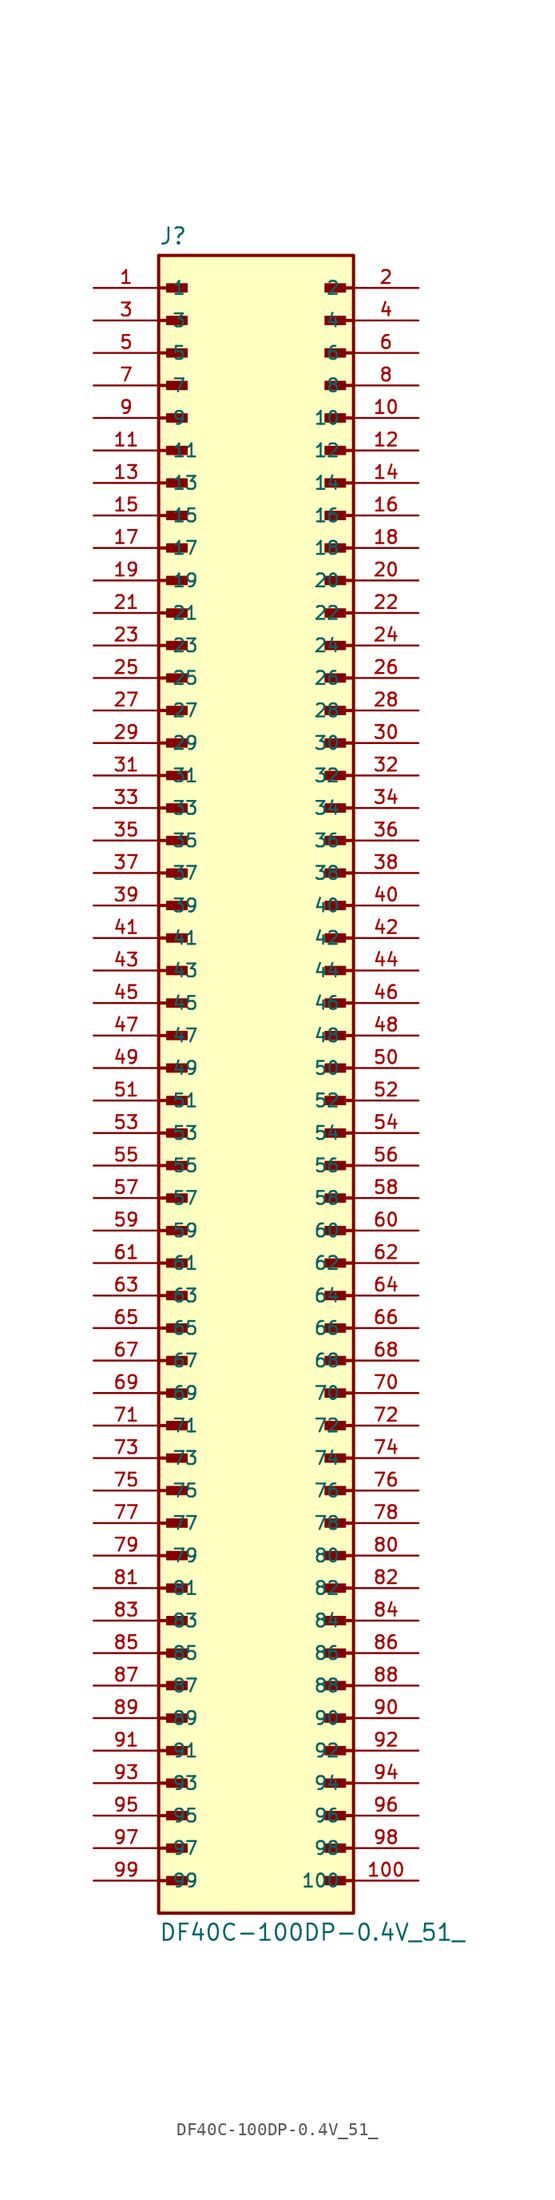
<source format=kicad_sym>
(kicad_symbol_lib
  (version 20231120)
  (generator "kicad_symbol_editor")
  (generator_version "8.0")
  (symbol "DF40C-100DP-0.4V_51_"
    (pin_names
      (offset 1.016))
    (property "Reference" "J"
      (at -7.62 64.262 0)
      (effects (font (size 1.27 1.27)) (justify left bottom)))
    (property "Value" "DF40C-100DP-0.4V_51_"
      (at -7.62 -66.802 0)
      (effects (font (size 1.27 1.27)) (justify left top)))
    (symbol "DF40C-100DP-0.4V_51__0_0"
      (rectangle (start -7.62 63.5) (end 7.62 -66.04) (stroke (width 0.254) (type default)) (fill (type background)))
      (rectangle (start -6.985 -63.818) (end -5.397 -63.182) (stroke (width 0.1) (type default)) (fill (type outline)))
      (rectangle (start -6.985 -61.278) (end -5.397 -60.642) (stroke (width 0.1) (type default)) (fill (type outline)))
      (rectangle (start -6.985 -58.737) (end -5.397 -58.102) (stroke (width 0.1) (type default)) (fill (type outline)))
      (rectangle (start -6.985 -56.197) (end -5.397 -55.562) (stroke (width 0.1) (type default)) (fill (type outline)))
      (rectangle (start -6.985 -53.657) (end -5.397 -53.023) (stroke (width 0.1) (type default)) (fill (type outline)))
      (rectangle (start -6.985 -51.117) (end -5.397 -50.483) (stroke (width 0.1) (type default)) (fill (type outline)))
      (rectangle (start -6.985 -48.578) (end -5.397 -47.943) (stroke (width 0.1) (type default)) (fill (type outline)))
      (rectangle (start -6.985 -46.038) (end -5.397 -45.403) (stroke (width 0.1) (type default)) (fill (type outline)))
      (rectangle (start -6.985 -43.498) (end -5.397 -42.862) (stroke (width 0.1) (type default)) (fill (type outline)))
      (rectangle (start -6.985 -40.958) (end -5.397 -40.322) (stroke (width 0.1) (type default)) (fill (type outline)))
      (rectangle (start -6.985 -38.417) (end -5.397 -37.782) (stroke (width 0.1) (type default)) (fill (type outline)))
      (rectangle (start -6.985 -35.877) (end -5.397 -35.242) (stroke (width 0.1) (type default)) (fill (type outline)))
      (rectangle (start -6.985 -33.337) (end -5.397 -32.703) (stroke (width 0.1) (type default)) (fill (type outline)))
      (rectangle (start -6.985 -30.797) (end -5.397 -30.163) (stroke (width 0.1) (type default)) (fill (type outline)))
      (rectangle (start -6.985 -28.258) (end -5.397 -27.622) (stroke (width 0.1) (type default)) (fill (type outline)))
      (rectangle (start -6.985 -25.718) (end -5.397 -25.082) (stroke (width 0.1) (type default)) (fill (type outline)))
      (rectangle (start -6.985 -23.177) (end -5.397 -22.543) (stroke (width 0.1) (type default)) (fill (type outline)))
      (rectangle (start -6.985 -20.637) (end -5.397 -20.003) (stroke (width 0.1) (type default)) (fill (type outline)))
      (rectangle (start -6.985 -18.098) (end -5.397 -17.462) (stroke (width 0.1) (type default)) (fill (type outline)))
      (rectangle (start -6.985 -15.557) (end -5.397 -14.922) (stroke (width 0.1) (type default)) (fill (type outline)))
      (rectangle (start -6.985 -13.018) (end -5.397 -12.383) (stroke (width 0.1) (type default)) (fill (type outline)))
      (rectangle (start -6.985 -10.477) (end -5.397 -9.842) (stroke (width 0.1) (type default)) (fill (type outline)))
      (rectangle (start -6.985 -7.938) (end -5.397 -7.303) (stroke (width 0.1) (type default)) (fill (type outline)))
      (rectangle (start -6.985 -5.397) (end -5.397 -4.763) (stroke (width 0.1) (type default)) (fill (type outline)))
      (rectangle (start -6.985 -2.857) (end -5.397 -2.223) (stroke (width 0.1) (type default)) (fill (type outline)))
      (rectangle (start -6.985 -0.318) (end -5.397 0.318) (stroke (width 0.1) (type default)) (fill (type outline)))
      (rectangle (start -6.985 2.223) (end -5.397 2.857) (stroke (width 0.1) (type default)) (fill (type outline)))
      (rectangle (start -6.985 4.763) (end -5.397 5.397) (stroke (width 0.1) (type default)) (fill (type outline)))
      (rectangle (start -6.985 7.303) (end -5.397 7.938) (stroke (width 0.1) (type default)) (fill (type outline)))
      (rectangle (start -6.985 9.842) (end -5.397 10.477) (stroke (width 0.1) (type default)) (fill (type outline)))
      (rectangle (start -6.985 12.383) (end -5.397 13.018) (stroke (width 0.1) (type default)) (fill (type outline)))
      (rectangle (start -6.985 14.922) (end -5.397 15.557) (stroke (width 0.1) (type default)) (fill (type outline)))
      (rectangle (start -6.985 17.462) (end -5.397 18.098) (stroke (width 0.1) (type default)) (fill (type outline)))
      (rectangle (start -6.985 20.003) (end -5.397 20.637) (stroke (width 0.1) (type default)) (fill (type outline)))
      (rectangle (start -6.985 22.543) (end -5.397 23.177) (stroke (width 0.1) (type default)) (fill (type outline)))
      (rectangle (start -6.985 25.082) (end -5.397 25.718) (stroke (width 0.1) (type default)) (fill (type outline)))
      (rectangle (start -6.985 27.622) (end -5.397 28.258) (stroke (width 0.1) (type default)) (fill (type outline)))
      (rectangle (start -6.985 30.163) (end -5.397 30.797) (stroke (width 0.1) (type default)) (fill (type outline)))
      (rectangle (start -6.985 32.703) (end -5.397 33.337) (stroke (width 0.1) (type default)) (fill (type outline)))
      (rectangle (start -6.985 35.242) (end -5.397 35.877) (stroke (width 0.1) (type default)) (fill (type outline)))
      (rectangle (start -6.985 37.782) (end -5.397 38.417) (stroke (width 0.1) (type default)) (fill (type outline)))
      (rectangle (start -6.985 40.322) (end -5.397 40.958) (stroke (width 0.1) (type default)) (fill (type outline)))
      (rectangle (start -6.985 42.862) (end -5.397 43.498) (stroke (width 0.1) (type default)) (fill (type outline)))
      (rectangle (start -6.985 45.403) (end -5.397 46.038) (stroke (width 0.1) (type default)) (fill (type outline)))
      (rectangle (start -6.985 47.943) (end -5.397 48.578) (stroke (width 0.1) (type default)) (fill (type outline)))
      (rectangle (start -6.985 50.483) (end -5.397 51.117) (stroke (width 0.1) (type default)) (fill (type outline)))
      (rectangle (start -6.985 53.023) (end -5.397 53.657) (stroke (width 0.1) (type default)) (fill (type outline)))
      (rectangle (start -6.985 55.562) (end -5.397 56.197) (stroke (width 0.1) (type default)) (fill (type outline)))
      (rectangle (start -6.985 58.102) (end -5.397 58.737) (stroke (width 0.1) (type default)) (fill (type outline)))
      (rectangle (start -6.985 60.642) (end -5.397 61.278) (stroke (width 0.1) (type default)) (fill (type outline)))
      (polyline (pts (xy -7.62 -63.5) (xy -5.715 -63.5)) (stroke (width 0.254) (type default)) (fill (type none)))
      (polyline (pts (xy -7.62 -60.96) (xy -5.715 -60.96)) (stroke (width 0.254) (type default)) (fill (type none)))
      (polyline (pts (xy -7.62 -58.42) (xy -5.715 -58.42)) (stroke (width 0.254) (type default)) (fill (type none)))
      (polyline (pts (xy -7.62 -55.88) (xy -5.715 -55.88)) (stroke (width 0.254) (type default)) (fill (type none)))
      (polyline (pts (xy -7.62 -53.34) (xy -5.715 -53.34)) (stroke (width 0.254) (type default)) (fill (type none)))
      (polyline (pts (xy -7.62 -50.8) (xy -5.715 -50.8)) (stroke (width 0.254) (type default)) (fill (type none)))
      (polyline (pts (xy -7.62 -48.26) (xy -5.715 -48.26)) (stroke (width 0.254) (type default)) (fill (type none)))
      (polyline (pts (xy -7.62 -45.72) (xy -5.715 -45.72)) (stroke (width 0.254) (type default)) (fill (type none)))
      (polyline (pts (xy -7.62 -43.18) (xy -5.715 -43.18)) (stroke (width 0.254) (type default)) (fill (type none)))
      (polyline (pts (xy -7.62 -40.64) (xy -5.715 -40.64)) (stroke (width 0.254) (type default)) (fill (type none)))
      (polyline (pts (xy -7.62 -38.1) (xy -5.715 -38.1)) (stroke (width 0.254) (type default)) (fill (type none)))
      (polyline (pts (xy -7.62 -35.56) (xy -5.715 -35.56)) (stroke (width 0.254) (type default)) (fill (type none)))
      (polyline (pts (xy -7.62 -33.02) (xy -5.715 -33.02)) (stroke (width 0.254) (type default)) (fill (type none)))
      (polyline (pts (xy -7.62 -30.48) (xy -5.715 -30.48)) (stroke (width 0.254) (type default)) (fill (type none)))
      (polyline (pts (xy -7.62 -27.94) (xy -5.715 -27.94)) (stroke (width 0.254) (type default)) (fill (type none)))
      (polyline (pts (xy -7.62 -25.4) (xy -5.715 -25.4)) (stroke (width 0.254) (type default)) (fill (type none)))
      (polyline (pts (xy -7.62 -22.86) (xy -5.715 -22.86)) (stroke (width 0.254) (type default)) (fill (type none)))
      (polyline (pts (xy -7.62 -20.32) (xy -5.715 -20.32)) (stroke (width 0.254) (type default)) (fill (type none)))
      (polyline (pts (xy -7.62 -17.78) (xy -5.715 -17.78)) (stroke (width 0.254) (type default)) (fill (type none)))
      (polyline (pts (xy -7.62 -15.24) (xy -5.715 -15.24)) (stroke (width 0.254) (type default)) (fill (type none)))
      (polyline (pts (xy -7.62 -12.7) (xy -5.715 -12.7)) (stroke (width 0.254) (type default)) (fill (type none)))
      (polyline (pts (xy -7.62 -10.16) (xy -5.715 -10.16)) (stroke (width 0.254) (type default)) (fill (type none)))
      (polyline (pts (xy -7.62 -7.62) (xy -5.715 -7.62)) (stroke (width 0.254) (type default)) (fill (type none)))
      (polyline (pts (xy -7.62 -5.08) (xy -5.715 -5.08)) (stroke (width 0.254) (type default)) (fill (type none)))
      (polyline (pts (xy -7.62 -2.54) (xy -5.715 -2.54)) (stroke (width 0.254) (type default)) (fill (type none)))
      (polyline (pts (xy -7.62 0) (xy -5.715 0)) (stroke (width 0.254) (type default)) (fill (type none)))
      (polyline (pts (xy -7.62 2.54) (xy -5.715 2.54)) (stroke (width 0.254) (type default)) (fill (type none)))
      (polyline (pts (xy -7.62 5.08) (xy -5.715 5.08)) (stroke (width 0.254) (type default)) (fill (type none)))
      (polyline (pts (xy -7.62 7.62) (xy -5.715 7.62)) (stroke (width 0.254) (type default)) (fill (type none)))
      (polyline (pts (xy -7.62 10.16) (xy -5.715 10.16)) (stroke (width 0.254) (type default)) (fill (type none)))
      (polyline (pts (xy -7.62 12.7) (xy -5.715 12.7)) (stroke (width 0.254) (type default)) (fill (type none)))
      (polyline (pts (xy -7.62 15.24) (xy -5.715 15.24)) (stroke (width 0.254) (type default)) (fill (type none)))
      (polyline (pts (xy -7.62 17.78) (xy -5.715 17.78)) (stroke (width 0.254) (type default)) (fill (type none)))
      (polyline (pts (xy -7.62 20.32) (xy -5.715 20.32)) (stroke (width 0.254) (type default)) (fill (type none)))
      (polyline (pts (xy -7.62 22.86) (xy -5.715 22.86)) (stroke (width 0.254) (type default)) (fill (type none)))
      (polyline (pts (xy -7.62 25.4) (xy -5.715 25.4)) (stroke (width 0.254) (type default)) (fill (type none)))
      (polyline (pts (xy -7.62 27.94) (xy -5.715 27.94)) (stroke (width 0.254) (type default)) (fill (type none)))
      (polyline (pts (xy -7.62 30.48) (xy -5.715 30.48)) (stroke (width 0.254) (type default)) (fill (type none)))
      (polyline (pts (xy -7.62 33.02) (xy -5.715 33.02)) (stroke (width 0.254) (type default)) (fill (type none)))
      (polyline (pts (xy -7.62 35.56) (xy -5.715 35.56)) (stroke (width 0.254) (type default)) (fill (type none)))
      (polyline (pts (xy -7.62 38.1) (xy -5.715 38.1)) (stroke (width 0.254) (type default)) (fill (type none)))
      (polyline (pts (xy -7.62 40.64) (xy -5.715 40.64)) (stroke (width 0.254) (type default)) (fill (type none)))
      (polyline (pts (xy -7.62 43.18) (xy -5.715 43.18)) (stroke (width 0.254) (type default)) (fill (type none)))
      (polyline (pts (xy -7.62 45.72) (xy -5.715 45.72)) (stroke (width 0.254) (type default)) (fill (type none)))
      (polyline (pts (xy -7.62 48.26) (xy -5.715 48.26)) (stroke (width 0.254) (type default)) (fill (type none)))
      (polyline (pts (xy -7.62 50.8) (xy -5.715 50.8)) (stroke (width 0.254) (type default)) (fill (type none)))
      (polyline (pts (xy -7.62 53.34) (xy -5.715 53.34)) (stroke (width 0.254) (type default)) (fill (type none)))
      (polyline (pts (xy -7.62 55.88) (xy -5.715 55.88)) (stroke (width 0.254) (type default)) (fill (type none)))
      (polyline (pts (xy -7.62 58.42) (xy -5.715 58.42)) (stroke (width 0.254) (type default)) (fill (type none)))
      (polyline (pts (xy -7.62 60.96) (xy -5.715 60.96)) (stroke (width 0.254) (type default)) (fill (type none)))
      (polyline (pts (xy 7.62 -63.5) (xy 5.715 -63.5)) (stroke (width 0.254) (type default)) (fill (type none)))
      (polyline (pts (xy 7.62 -60.96) (xy 5.715 -60.96)) (stroke (width 0.254) (type default)) (fill (type none)))
      (polyline (pts (xy 7.62 -58.42) (xy 5.715 -58.42)) (stroke (width 0.254) (type default)) (fill (type none)))
      (polyline (pts (xy 7.62 -55.88) (xy 5.715 -55.88)) (stroke (width 0.254) (type default)) (fill (type none)))
      (polyline (pts (xy 7.62 -53.34) (xy 5.715 -53.34)) (stroke (width 0.254) (type default)) (fill (type none)))
      (polyline (pts (xy 7.62 -50.8) (xy 5.715 -50.8)) (stroke (width 0.254) (type default)) (fill (type none)))
      (polyline (pts (xy 7.62 -48.26) (xy 5.715 -48.26)) (stroke (width 0.254) (type default)) (fill (type none)))
      (polyline (pts (xy 7.62 -45.72) (xy 5.715 -45.72)) (stroke (width 0.254) (type default)) (fill (type none)))
      (polyline (pts (xy 7.62 -43.18) (xy 5.715 -43.18)) (stroke (width 0.254) (type default)) (fill (type none)))
      (polyline (pts (xy 7.62 -40.64) (xy 5.715 -40.64)) (stroke (width 0.254) (type default)) (fill (type none)))
      (polyline (pts (xy 7.62 -38.1) (xy 5.715 -38.1)) (stroke (width 0.254) (type default)) (fill (type none)))
      (polyline (pts (xy 7.62 -35.56) (xy 5.715 -35.56)) (stroke (width 0.254) (type default)) (fill (type none)))
      (polyline (pts (xy 7.62 -33.02) (xy 5.715 -33.02)) (stroke (width 0.254) (type default)) (fill (type none)))
      (polyline (pts (xy 7.62 -30.48) (xy 5.715 -30.48)) (stroke (width 0.254) (type default)) (fill (type none)))
      (polyline (pts (xy 7.62 -27.94) (xy 5.715 -27.94)) (stroke (width 0.254) (type default)) (fill (type none)))
      (polyline (pts (xy 7.62 -25.4) (xy 5.715 -25.4)) (stroke (width 0.254) (type default)) (fill (type none)))
      (polyline (pts (xy 7.62 -22.86) (xy 5.715 -22.86)) (stroke (width 0.254) (type default)) (fill (type none)))
      (polyline (pts (xy 7.62 -20.32) (xy 5.715 -20.32)) (stroke (width 0.254) (type default)) (fill (type none)))
      (polyline (pts (xy 7.62 -17.78) (xy 5.715 -17.78)) (stroke (width 0.254) (type default)) (fill (type none)))
      (polyline (pts (xy 7.62 -15.24) (xy 5.715 -15.24)) (stroke (width 0.254) (type default)) (fill (type none)))
      (polyline (pts (xy 7.62 -12.7) (xy 5.715 -12.7)) (stroke (width 0.254) (type default)) (fill (type none)))
      (polyline (pts (xy 7.62 -10.16) (xy 5.715 -10.16)) (stroke (width 0.254) (type default)) (fill (type none)))
      (polyline (pts (xy 7.62 -7.62) (xy 5.715 -7.62)) (stroke (width 0.254) (type default)) (fill (type none)))
      (polyline (pts (xy 7.62 -5.08) (xy 5.715 -5.08)) (stroke (width 0.254) (type default)) (fill (type none)))
      (polyline (pts (xy 7.62 -2.54) (xy 5.715 -2.54)) (stroke (width 0.254) (type default)) (fill (type none)))
      (polyline (pts (xy 7.62 0) (xy 5.715 0)) (stroke (width 0.254) (type default)) (fill (type none)))
      (polyline (pts (xy 7.62 2.54) (xy 5.715 2.54)) (stroke (width 0.254) (type default)) (fill (type none)))
      (polyline (pts (xy 7.62 5.08) (xy 5.715 5.08)) (stroke (width 0.254) (type default)) (fill (type none)))
      (polyline (pts (xy 7.62 7.62) (xy 5.715 7.62)) (stroke (width 0.254) (type default)) (fill (type none)))
      (polyline (pts (xy 7.62 10.16) (xy 5.715 10.16)) (stroke (width 0.254) (type default)) (fill (type none)))
      (polyline (pts (xy 7.62 12.7) (xy 5.715 12.7)) (stroke (width 0.254) (type default)) (fill (type none)))
      (polyline (pts (xy 7.62 15.24) (xy 5.715 15.24)) (stroke (width 0.254) (type default)) (fill (type none)))
      (polyline (pts (xy 7.62 17.78) (xy 5.715 17.78)) (stroke (width 0.254) (type default)) (fill (type none)))
      (polyline (pts (xy 7.62 20.32) (xy 5.715 20.32)) (stroke (width 0.254) (type default)) (fill (type none)))
      (polyline (pts (xy 7.62 22.86) (xy 5.715 22.86)) (stroke (width 0.254) (type default)) (fill (type none)))
      (polyline (pts (xy 7.62 25.4) (xy 5.715 25.4)) (stroke (width 0.254) (type default)) (fill (type none)))
      (polyline (pts (xy 7.62 27.94) (xy 5.715 27.94)) (stroke (width 0.254) (type default)) (fill (type none)))
      (polyline (pts (xy 7.62 30.48) (xy 5.715 30.48)) (stroke (width 0.254) (type default)) (fill (type none)))
      (polyline (pts (xy 7.62 33.02) (xy 5.715 33.02)) (stroke (width 0.254) (type default)) (fill (type none)))
      (polyline (pts (xy 7.62 35.56) (xy 5.715 35.56)) (stroke (width 0.254) (type default)) (fill (type none)))
      (polyline (pts (xy 7.62 38.1) (xy 5.715 38.1)) (stroke (width 0.254) (type default)) (fill (type none)))
      (polyline (pts (xy 7.62 40.64) (xy 5.715 40.64)) (stroke (width 0.254) (type default)) (fill (type none)))
      (polyline (pts (xy 7.62 43.18) (xy 5.715 43.18)) (stroke (width 0.254) (type default)) (fill (type none)))
      (polyline (pts (xy 7.62 45.72) (xy 5.715 45.72)) (stroke (width 0.254) (type default)) (fill (type none)))
      (polyline (pts (xy 7.62 48.26) (xy 5.715 48.26)) (stroke (width 0.254) (type default)) (fill (type none)))
      (polyline (pts (xy 7.62 50.8) (xy 5.715 50.8)) (stroke (width 0.254) (type default)) (fill (type none)))
      (polyline (pts (xy 7.62 53.34) (xy 5.715 53.34)) (stroke (width 0.254) (type default)) (fill (type none)))
      (polyline (pts (xy 7.62 55.88) (xy 5.715 55.88)) (stroke (width 0.254) (type default)) (fill (type none)))
      (polyline (pts (xy 7.62 58.42) (xy 5.715 58.42)) (stroke (width 0.254) (type default)) (fill (type none)))
      (polyline (pts (xy 7.62 60.96) (xy 5.715 60.96)) (stroke (width 0.254) (type default)) (fill (type none)))
      (rectangle (start 5.397 -63.818) (end 6.985 -63.182) (stroke (width 0.1) (type default)) (fill (type outline)))
      (rectangle (start 5.397 -61.278) (end 6.985 -60.642) (stroke (width 0.1) (type default)) (fill (type outline)))
      (rectangle (start 5.397 -58.737) (end 6.985 -58.102) (stroke (width 0.1) (type default)) (fill (type outline)))
      (rectangle (start 5.397 -56.197) (end 6.985 -55.562) (stroke (width 0.1) (type default)) (fill (type outline)))
      (rectangle (start 5.397 -53.657) (end 6.985 -53.023) (stroke (width 0.1) (type default)) (fill (type outline)))
      (rectangle (start 5.397 -51.117) (end 6.985 -50.483) (stroke (width 0.1) (type default)) (fill (type outline)))
      (rectangle (start 5.397 -48.578) (end 6.985 -47.943) (stroke (width 0.1) (type default)) (fill (type outline)))
      (rectangle (start 5.397 -46.038) (end 6.985 -45.403) (stroke (width 0.1) (type default)) (fill (type outline)))
      (rectangle (start 5.397 -43.498) (end 6.985 -42.862) (stroke (width 0.1) (type default)) (fill (type outline)))
      (rectangle (start 5.397 -40.958) (end 6.985 -40.322) (stroke (width 0.1) (type default)) (fill (type outline)))
      (rectangle (start 5.397 -38.417) (end 6.985 -37.782) (stroke (width 0.1) (type default)) (fill (type outline)))
      (rectangle (start 5.397 -35.877) (end 6.985 -35.242) (stroke (width 0.1) (type default)) (fill (type outline)))
      (rectangle (start 5.397 -33.337) (end 6.985 -32.703) (stroke (width 0.1) (type default)) (fill (type outline)))
      (rectangle (start 5.397 -30.797) (end 6.985 -30.163) (stroke (width 0.1) (type default)) (fill (type outline)))
      (rectangle (start 5.397 -28.258) (end 6.985 -27.622) (stroke (width 0.1) (type default)) (fill (type outline)))
      (rectangle (start 5.397 -25.718) (end 6.985 -25.082) (stroke (width 0.1) (type default)) (fill (type outline)))
      (rectangle (start 5.397 -23.177) (end 6.985 -22.543) (stroke (width 0.1) (type default)) (fill (type outline)))
      (rectangle (start 5.397 -20.637) (end 6.985 -20.003) (stroke (width 0.1) (type default)) (fill (type outline)))
      (rectangle (start 5.397 -18.098) (end 6.985 -17.462) (stroke (width 0.1) (type default)) (fill (type outline)))
      (rectangle (start 5.397 -15.557) (end 6.985 -14.922) (stroke (width 0.1) (type default)) (fill (type outline)))
      (rectangle (start 5.397 -13.018) (end 6.985 -12.383) (stroke (width 0.1) (type default)) (fill (type outline)))
      (rectangle (start 5.397 -10.477) (end 6.985 -9.842) (stroke (width 0.1) (type default)) (fill (type outline)))
      (rectangle (start 5.397 -7.938) (end 6.985 -7.303) (stroke (width 0.1) (type default)) (fill (type outline)))
      (rectangle (start 5.397 -5.397) (end 6.985 -4.763) (stroke (width 0.1) (type default)) (fill (type outline)))
      (rectangle (start 5.397 -2.857) (end 6.985 -2.223) (stroke (width 0.1) (type default)) (fill (type outline)))
      (rectangle (start 5.397 -0.318) (end 6.985 0.318) (stroke (width 0.1) (type default)) (fill (type outline)))
      (rectangle (start 5.397 2.223) (end 6.985 2.857) (stroke (width 0.1) (type default)) (fill (type outline)))
      (rectangle (start 5.397 4.763) (end 6.985 5.397) (stroke (width 0.1) (type default)) (fill (type outline)))
      (rectangle (start 5.397 7.303) (end 6.985 7.938) (stroke (width 0.1) (type default)) (fill (type outline)))
      (rectangle (start 5.397 9.842) (end 6.985 10.477) (stroke (width 0.1) (type default)) (fill (type outline)))
      (rectangle (start 5.397 12.383) (end 6.985 13.018) (stroke (width 0.1) (type default)) (fill (type outline)))
      (rectangle (start 5.397 14.922) (end 6.985 15.557) (stroke (width 0.1) (type default)) (fill (type outline)))
      (rectangle (start 5.397 17.462) (end 6.985 18.098) (stroke (width 0.1) (type default)) (fill (type outline)))
      (rectangle (start 5.397 20.003) (end 6.985 20.637) (stroke (width 0.1) (type default)) (fill (type outline)))
      (rectangle (start 5.397 22.543) (end 6.985 23.177) (stroke (width 0.1) (type default)) (fill (type outline)))
      (rectangle (start 5.397 25.082) (end 6.985 25.718) (stroke (width 0.1) (type default)) (fill (type outline)))
      (rectangle (start 5.397 27.622) (end 6.985 28.258) (stroke (width 0.1) (type default)) (fill (type outline)))
      (rectangle (start 5.397 30.163) (end 6.985 30.797) (stroke (width 0.1) (type default)) (fill (type outline)))
      (rectangle (start 5.397 32.703) (end 6.985 33.337) (stroke (width 0.1) (type default)) (fill (type outline)))
      (rectangle (start 5.397 35.242) (end 6.985 35.877) (stroke (width 0.1) (type default)) (fill (type outline)))
      (rectangle (start 5.397 37.782) (end 6.985 38.417) (stroke (width 0.1) (type default)) (fill (type outline)))
      (rectangle (start 5.397 40.322) (end 6.985 40.958) (stroke (width 0.1) (type default)) (fill (type outline)))
      (rectangle (start 5.397 42.862) (end 6.985 43.498) (stroke (width 0.1) (type default)) (fill (type outline)))
      (rectangle (start 5.397 45.403) (end 6.985 46.038) (stroke (width 0.1) (type default)) (fill (type outline)))
      (rectangle (start 5.397 47.943) (end 6.985 48.578) (stroke (width 0.1) (type default)) (fill (type outline)))
      (rectangle (start 5.397 50.483) (end 6.985 51.117) (stroke (width 0.1) (type default)) (fill (type outline)))
      (rectangle (start 5.397 53.023) (end 6.985 53.657) (stroke (width 0.1) (type default)) (fill (type outline)))
      (rectangle (start 5.397 55.562) (end 6.985 56.197) (stroke (width 0.1) (type default)) (fill (type outline)))
      (rectangle (start 5.397 58.102) (end 6.985 58.737) (stroke (width 0.1) (type default)) (fill (type outline)))
      (rectangle (start 5.397 60.642) (end 6.985 61.278) (stroke (width 0.1) (type default)) (fill (type outline)))
      (pin passive line (at -12.7 60.96 0) (length 5.08) (name "1" (effects (font (size 1.016 1.016)))) (number "1" (effects (font (size 1.016 1.016)))))
      (pin passive line (at 12.7 50.8 180) (length 5.08) (name "10" (effects (font (size 1.016 1.016)))) (number "10" (effects (font (size 1.016 1.016)))))
      (pin passive line (at 12.7 -63.5 180) (length 5.08) (name "100" (effects (font (size 1.016 1.016)))) (number "100" (effects (font (size 1.016 1.016)))))
      (pin passive line (at -12.7 48.26 0) (length 5.08) (name "11" (effects (font (size 1.016 1.016)))) (number "11" (effects (font (size 1.016 1.016)))))
      (pin passive line (at 12.7 48.26 180) (length 5.08) (name "12" (effects (font (size 1.016 1.016)))) (number "12" (effects (font (size 1.016 1.016)))))
      (pin passive line (at -12.7 45.72 0) (length 5.08) (name "13" (effects (font (size 1.016 1.016)))) (number "13" (effects (font (size 1.016 1.016)))))
      (pin passive line (at 12.7 45.72 180) (length 5.08) (name "14" (effects (font (size 1.016 1.016)))) (number "14" (effects (font (size 1.016 1.016)))))
      (pin passive line (at -12.7 43.18 0) (length 5.08) (name "15" (effects (font (size 1.016 1.016)))) (number "15" (effects (font (size 1.016 1.016)))))
      (pin passive line (at 12.7 43.18 180) (length 5.08) (name "16" (effects (font (size 1.016 1.016)))) (number "16" (effects (font (size 1.016 1.016)))))
      (pin passive line (at -12.7 40.64 0) (length 5.08) (name "17" (effects (font (size 1.016 1.016)))) (number "17" (effects (font (size 1.016 1.016)))))
      (pin passive line (at 12.7 40.64 180) (length 5.08) (name "18" (effects (font (size 1.016 1.016)))) (number "18" (effects (font (size 1.016 1.016)))))
      (pin passive line (at -12.7 38.1 0) (length 5.08) (name "19" (effects (font (size 1.016 1.016)))) (number "19" (effects (font (size 1.016 1.016)))))
      (pin passive line (at 12.7 60.96 180) (length 5.08) (name "2" (effects (font (size 1.016 1.016)))) (number "2" (effects (font (size 1.016 1.016)))))
      (pin passive line (at 12.7 38.1 180) (length 5.08) (name "20" (effects (font (size 1.016 1.016)))) (number "20" (effects (font (size 1.016 1.016)))))
      (pin passive line (at -12.7 35.56 0) (length 5.08) (name "21" (effects (font (size 1.016 1.016)))) (number "21" (effects (font (size 1.016 1.016)))))
      (pin passive line (at 12.7 35.56 180) (length 5.08) (name "22" (effects (font (size 1.016 1.016)))) (number "22" (effects (font (size 1.016 1.016)))))
      (pin passive line (at -12.7 33.02 0) (length 5.08) (name "23" (effects (font (size 1.016 1.016)))) (number "23" (effects (font (size 1.016 1.016)))))
      (pin passive line (at 12.7 33.02 180) (length 5.08) (name "24" (effects (font (size 1.016 1.016)))) (number "24" (effects (font (size 1.016 1.016)))))
      (pin passive line (at -12.7 30.48 0) (length 5.08) (name "25" (effects (font (size 1.016 1.016)))) (number "25" (effects (font (size 1.016 1.016)))))
      (pin passive line (at 12.7 30.48 180) (length 5.08) (name "26" (effects (font (size 1.016 1.016)))) (number "26" (effects (font (size 1.016 1.016)))))
      (pin passive line (at -12.7 27.94 0) (length 5.08) (name "27" (effects (font (size 1.016 1.016)))) (number "27" (effects (font (size 1.016 1.016)))))
      (pin passive line (at 12.7 27.94 180) (length 5.08) (name "28" (effects (font (size 1.016 1.016)))) (number "28" (effects (font (size 1.016 1.016)))))
      (pin passive line (at -12.7 25.4 0) (length 5.08) (name "29" (effects (font (size 1.016 1.016)))) (number "29" (effects (font (size 1.016 1.016)))))
      (pin passive line (at -12.7 58.42 0) (length 5.08) (name "3" (effects (font (size 1.016 1.016)))) (number "3" (effects (font (size 1.016 1.016)))))
      (pin passive line (at 12.7 25.4 180) (length 5.08) (name "30" (effects (font (size 1.016 1.016)))) (number "30" (effects (font (size 1.016 1.016)))))
      (pin passive line (at -12.7 22.86 0) (length 5.08) (name "31" (effects (font (size 1.016 1.016)))) (number "31" (effects (font (size 1.016 1.016)))))
      (pin passive line (at 12.7 22.86 180) (length 5.08) (name "32" (effects (font (size 1.016 1.016)))) (number "32" (effects (font (size 1.016 1.016)))))
      (pin passive line (at -12.7 20.32 0) (length 5.08) (name "33" (effects (font (size 1.016 1.016)))) (number "33" (effects (font (size 1.016 1.016)))))
      (pin passive line (at 12.7 20.32 180) (length 5.08) (name "34" (effects (font (size 1.016 1.016)))) (number "34" (effects (font (size 1.016 1.016)))))
      (pin passive line (at -12.7 17.78 0) (length 5.08) (name "35" (effects (font (size 1.016 1.016)))) (number "35" (effects (font (size 1.016 1.016)))))
      (pin passive line (at 12.7 17.78 180) (length 5.08) (name "36" (effects (font (size 1.016 1.016)))) (number "36" (effects (font (size 1.016 1.016)))))
      (pin passive line (at -12.7 15.24 0) (length 5.08) (name "37" (effects (font (size 1.016 1.016)))) (number "37" (effects (font (size 1.016 1.016)))))
      (pin passive line (at 12.7 15.24 180) (length 5.08) (name "38" (effects (font (size 1.016 1.016)))) (number "38" (effects (font (size 1.016 1.016)))))
      (pin passive line (at -12.7 12.7 0) (length 5.08) (name "39" (effects (font (size 1.016 1.016)))) (number "39" (effects (font (size 1.016 1.016)))))
      (pin passive line (at 12.7 58.42 180) (length 5.08) (name "4" (effects (font (size 1.016 1.016)))) (number "4" (effects (font (size 1.016 1.016)))))
      (pin passive line (at 12.7 12.7 180) (length 5.08) (name "40" (effects (font (size 1.016 1.016)))) (number "40" (effects (font (size 1.016 1.016)))))
      (pin passive line (at -12.7 10.16 0) (length 5.08) (name "41" (effects (font (size 1.016 1.016)))) (number "41" (effects (font (size 1.016 1.016)))))
      (pin passive line (at 12.7 10.16 180) (length 5.08) (name "42" (effects (font (size 1.016 1.016)))) (number "42" (effects (font (size 1.016 1.016)))))
      (pin passive line (at -12.7 7.62 0) (length 5.08) (name "43" (effects (font (size 1.016 1.016)))) (number "43" (effects (font (size 1.016 1.016)))))
      (pin passive line (at 12.7 7.62 180) (length 5.08) (name "44" (effects (font (size 1.016 1.016)))) (number "44" (effects (font (size 1.016 1.016)))))
      (pin passive line (at -12.7 5.08 0) (length 5.08) (name "45" (effects (font (size 1.016 1.016)))) (number "45" (effects (font (size 1.016 1.016)))))
      (pin passive line (at 12.7 5.08 180) (length 5.08) (name "46" (effects (font (size 1.016 1.016)))) (number "46" (effects (font (size 1.016 1.016)))))
      (pin passive line (at -12.7 2.54 0) (length 5.08) (name "47" (effects (font (size 1.016 1.016)))) (number "47" (effects (font (size 1.016 1.016)))))
      (pin passive line (at 12.7 2.54 180) (length 5.08) (name "48" (effects (font (size 1.016 1.016)))) (number "48" (effects (font (size 1.016 1.016)))))
      (pin passive line (at -12.7 0 0) (length 5.08) (name "49" (effects (font (size 1.016 1.016)))) (number "49" (effects (font (size 1.016 1.016)))))
      (pin passive line (at -12.7 55.88 0) (length 5.08) (name "5" (effects (font (size 1.016 1.016)))) (number "5" (effects (font (size 1.016 1.016)))))
      (pin passive line (at 12.7 0 180) (length 5.08) (name "50" (effects (font (size 1.016 1.016)))) (number "50" (effects (font (size 1.016 1.016)))))
      (pin passive line (at -12.7 -2.54 0) (length 5.08) (name "51" (effects (font (size 1.016 1.016)))) (number "51" (effects (font (size 1.016 1.016)))))
      (pin passive line (at 12.7 -2.54 180) (length 5.08) (name "52" (effects (font (size 1.016 1.016)))) (number "52" (effects (font (size 1.016 1.016)))))
      (pin passive line (at -12.7 -5.08 0) (length 5.08) (name "53" (effects (font (size 1.016 1.016)))) (number "53" (effects (font (size 1.016 1.016)))))
      (pin passive line (at 12.7 -5.08 180) (length 5.08) (name "54" (effects (font (size 1.016 1.016)))) (number "54" (effects (font (size 1.016 1.016)))))
      (pin passive line (at -12.7 -7.62 0) (length 5.08) (name "55" (effects (font (size 1.016 1.016)))) (number "55" (effects (font (size 1.016 1.016)))))
      (pin passive line (at 12.7 -7.62 180) (length 5.08) (name "56" (effects (font (size 1.016 1.016)))) (number "56" (effects (font (size 1.016 1.016)))))
      (pin passive line (at -12.7 -10.16 0) (length 5.08) (name "57" (effects (font (size 1.016 1.016)))) (number "57" (effects (font (size 1.016 1.016)))))
      (pin passive line (at 12.7 -10.16 180) (length 5.08) (name "58" (effects (font (size 1.016 1.016)))) (number "58" (effects (font (size 1.016 1.016)))))
      (pin passive line (at -12.7 -12.7 0) (length 5.08) (name "59" (effects (font (size 1.016 1.016)))) (number "59" (effects (font (size 1.016 1.016)))))
      (pin passive line (at 12.7 55.88 180) (length 5.08) (name "6" (effects (font (size 1.016 1.016)))) (number "6" (effects (font (size 1.016 1.016)))))
      (pin passive line (at 12.7 -12.7 180) (length 5.08) (name "60" (effects (font (size 1.016 1.016)))) (number "60" (effects (font (size 1.016 1.016)))))
      (pin passive line (at -12.7 -15.24 0) (length 5.08) (name "61" (effects (font (size 1.016 1.016)))) (number "61" (effects (font (size 1.016 1.016)))))
      (pin passive line (at 12.7 -15.24 180) (length 5.08) (name "62" (effects (font (size 1.016 1.016)))) (number "62" (effects (font (size 1.016 1.016)))))
      (pin passive line (at -12.7 -17.78 0) (length 5.08) (name "63" (effects (font (size 1.016 1.016)))) (number "63" (effects (font (size 1.016 1.016)))))
      (pin passive line (at 12.7 -17.78 180) (length 5.08) (name "64" (effects (font (size 1.016 1.016)))) (number "64" (effects (font (size 1.016 1.016)))))
      (pin passive line (at -12.7 -20.32 0) (length 5.08) (name "65" (effects (font (size 1.016 1.016)))) (number "65" (effects (font (size 1.016 1.016)))))
      (pin passive line (at 12.7 -20.32 180) (length 5.08) (name "66" (effects (font (size 1.016 1.016)))) (number "66" (effects (font (size 1.016 1.016)))))
      (pin passive line (at -12.7 -22.86 0) (length 5.08) (name "67" (effects (font (size 1.016 1.016)))) (number "67" (effects (font (size 1.016 1.016)))))
      (pin passive line (at 12.7 -22.86 180) (length 5.08) (name "68" (effects (font (size 1.016 1.016)))) (number "68" (effects (font (size 1.016 1.016)))))
      (pin passive line (at -12.7 -25.4 0) (length 5.08) (name "69" (effects (font (size 1.016 1.016)))) (number "69" (effects (font (size 1.016 1.016)))))
      (pin passive line (at -12.7 53.34 0) (length 5.08) (name "7" (effects (font (size 1.016 1.016)))) (number "7" (effects (font (size 1.016 1.016)))))
      (pin passive line (at 12.7 -25.4 180) (length 5.08) (name "70" (effects (font (size 1.016 1.016)))) (number "70" (effects (font (size 1.016 1.016)))))
      (pin passive line (at -12.7 -27.94 0) (length 5.08) (name "71" (effects (font (size 1.016 1.016)))) (number "71" (effects (font (size 1.016 1.016)))))
      (pin passive line (at 12.7 -27.94 180) (length 5.08) (name "72" (effects (font (size 1.016 1.016)))) (number "72" (effects (font (size 1.016 1.016)))))
      (pin passive line (at -12.7 -30.48 0) (length 5.08) (name "73" (effects (font (size 1.016 1.016)))) (number "73" (effects (font (size 1.016 1.016)))))
      (pin passive line (at 12.7 -30.48 180) (length 5.08) (name "74" (effects (font (size 1.016 1.016)))) (number "74" (effects (font (size 1.016 1.016)))))
      (pin passive line (at -12.7 -33.02 0) (length 5.08) (name "75" (effects (font (size 1.016 1.016)))) (number "75" (effects (font (size 1.016 1.016)))))
      (pin passive line (at 12.7 -33.02 180) (length 5.08) (name "76" (effects (font (size 1.016 1.016)))) (number "76" (effects (font (size 1.016 1.016)))))
      (pin passive line (at -12.7 -35.56 0) (length 5.08) (name "77" (effects (font (size 1.016 1.016)))) (number "77" (effects (font (size 1.016 1.016)))))
      (pin passive line (at 12.7 -35.56 180) (length 5.08) (name "78" (effects (font (size 1.016 1.016)))) (number "78" (effects (font (size 1.016 1.016)))))
      (pin passive line (at -12.7 -38.1 0) (length 5.08) (name "79" (effects (font (size 1.016 1.016)))) (number "79" (effects (font (size 1.016 1.016)))))
      (pin passive line (at 12.7 53.34 180) (length 5.08) (name "8" (effects (font (size 1.016 1.016)))) (number "8" (effects (font (size 1.016 1.016)))))
      (pin passive line (at 12.7 -38.1 180) (length 5.08) (name "80" (effects (font (size 1.016 1.016)))) (number "80" (effects (font (size 1.016 1.016)))))
      (pin passive line (at -12.7 -40.64 0) (length 5.08) (name "81" (effects (font (size 1.016 1.016)))) (number "81" (effects (font (size 1.016 1.016)))))
      (pin passive line (at 12.7 -40.64 180) (length 5.08) (name "82" (effects (font (size 1.016 1.016)))) (number "82" (effects (font (size 1.016 1.016)))))
      (pin passive line (at -12.7 -43.18 0) (length 5.08) (name "83" (effects (font (size 1.016 1.016)))) (number "83" (effects (font (size 1.016 1.016)))))
      (pin passive line (at 12.7 -43.18 180) (length 5.08) (name "84" (effects (font (size 1.016 1.016)))) (number "84" (effects (font (size 1.016 1.016)))))
      (pin passive line (at -12.7 -45.72 0) (length 5.08) (name "85" (effects (font (size 1.016 1.016)))) (number "85" (effects (font (size 1.016 1.016)))))
      (pin passive line (at 12.7 -45.72 180) (length 5.08) (name "86" (effects (font (size 1.016 1.016)))) (number "86" (effects (font (size 1.016 1.016)))))
      (pin passive line (at -12.7 -48.26 0) (length 5.08) (name "87" (effects (font (size 1.016 1.016)))) (number "87" (effects (font (size 1.016 1.016)))))
      (pin passive line (at 12.7 -48.26 180) (length 5.08) (name "88" (effects (font (size 1.016 1.016)))) (number "88" (effects (font (size 1.016 1.016)))))
      (pin passive line (at -12.7 -50.8 0) (length 5.08) (name "89" (effects (font (size 1.016 1.016)))) (number "89" (effects (font (size 1.016 1.016)))))
      (pin passive line (at -12.7 50.8 0) (length 5.08) (name "9" (effects (font (size 1.016 1.016)))) (number "9" (effects (font (size 1.016 1.016)))))
      (pin passive line (at 12.7 -50.8 180) (length 5.08) (name "90" (effects (font (size 1.016 1.016)))) (number "90" (effects (font (size 1.016 1.016)))))
      (pin passive line (at -12.7 -53.34 0) (length 5.08) (name "91" (effects (font (size 1.016 1.016)))) (number "91" (effects (font (size 1.016 1.016)))))
      (pin passive line (at 12.7 -53.34 180) (length 5.08) (name "92" (effects (font (size 1.016 1.016)))) (number "92" (effects (font (size 1.016 1.016)))))
      (pin passive line (at -12.7 -55.88 0) (length 5.08) (name "93" (effects (font (size 1.016 1.016)))) (number "93" (effects (font (size 1.016 1.016)))))
      (pin passive line (at 12.7 -55.88 180) (length 5.08) (name "94" (effects (font (size 1.016 1.016)))) (number "94" (effects (font (size 1.016 1.016)))))
      (pin passive line (at -12.7 -58.42 0) (length 5.08) (name "95" (effects (font (size 1.016 1.016)))) (number "95" (effects (font (size 1.016 1.016)))))
      (pin passive line (at 12.7 -58.42 180) (length 5.08) (name "96" (effects (font (size 1.016 1.016)))) (number "96" (effects (font (size 1.016 1.016)))))
      (pin passive line (at -12.7 -60.96 0) (length 5.08) (name "97" (effects (font (size 1.016 1.016)))) (number "97" (effects (font (size 1.016 1.016)))))
      (pin passive line (at 12.7 -60.96 180) (length 5.08) (name "98" (effects (font (size 1.016 1.016)))) (number "98" (effects (font (size 1.016 1.016)))))
      (pin passive line (at -12.7 -63.5 0) (length 5.08) (name "99" (effects (font (size 1.016 1.016)))) (number "99" (effects (font (size 1.016 1.016))))))))
</source>
